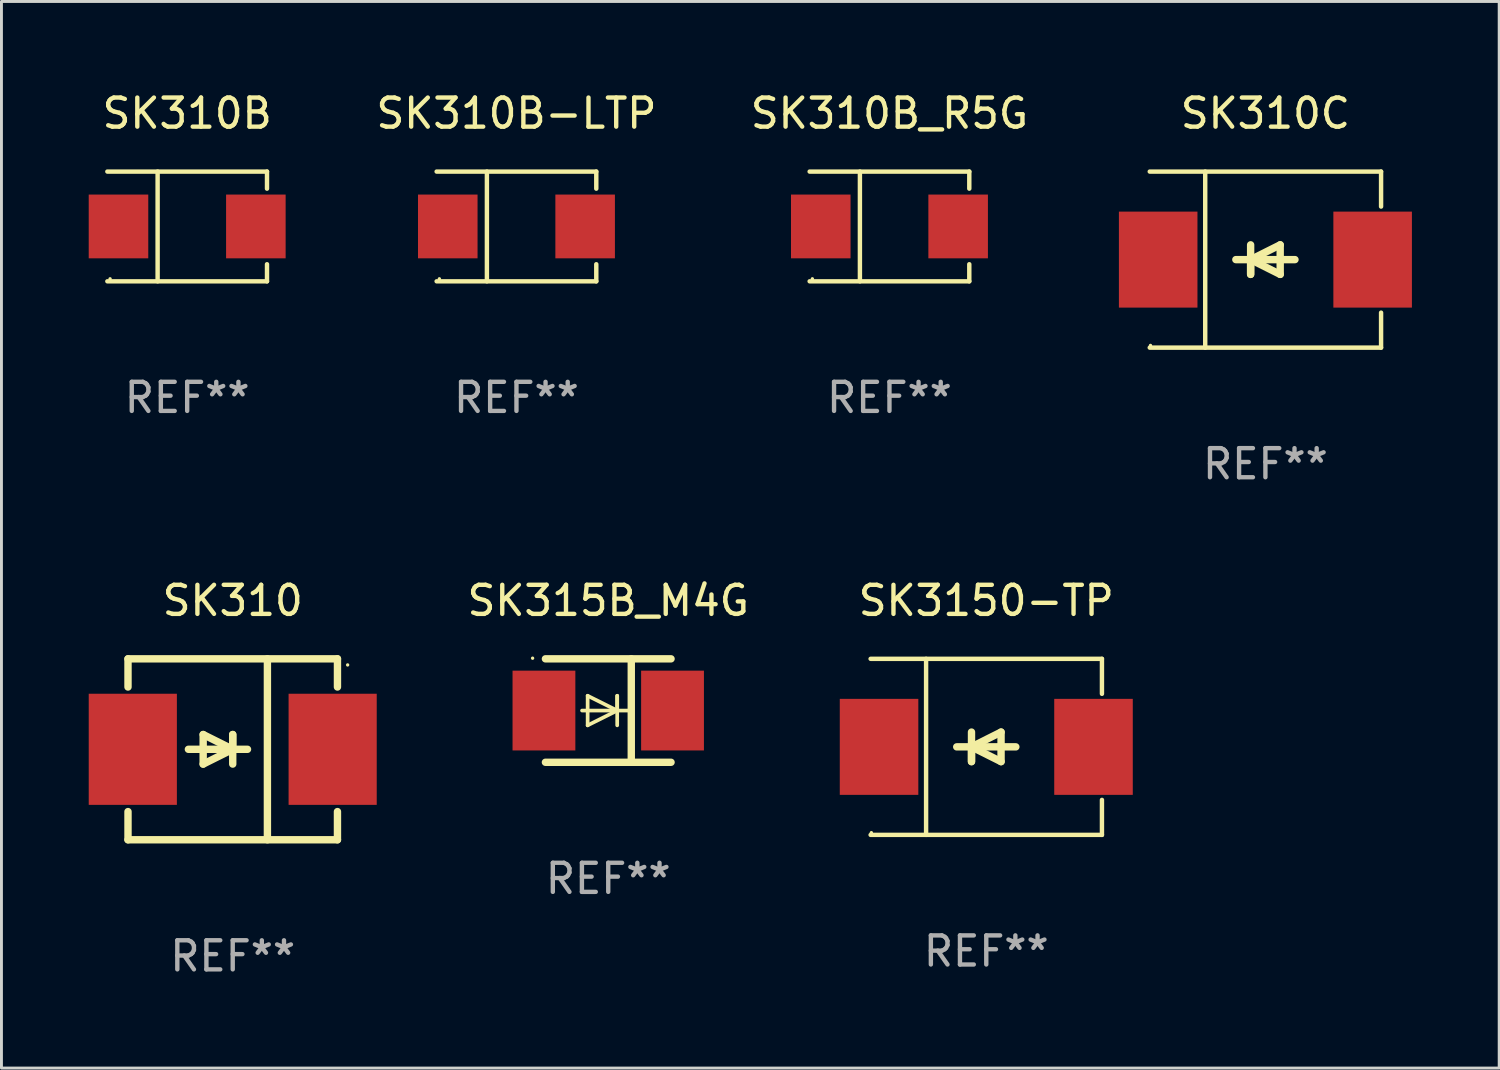
<source format=kicad_pcb>
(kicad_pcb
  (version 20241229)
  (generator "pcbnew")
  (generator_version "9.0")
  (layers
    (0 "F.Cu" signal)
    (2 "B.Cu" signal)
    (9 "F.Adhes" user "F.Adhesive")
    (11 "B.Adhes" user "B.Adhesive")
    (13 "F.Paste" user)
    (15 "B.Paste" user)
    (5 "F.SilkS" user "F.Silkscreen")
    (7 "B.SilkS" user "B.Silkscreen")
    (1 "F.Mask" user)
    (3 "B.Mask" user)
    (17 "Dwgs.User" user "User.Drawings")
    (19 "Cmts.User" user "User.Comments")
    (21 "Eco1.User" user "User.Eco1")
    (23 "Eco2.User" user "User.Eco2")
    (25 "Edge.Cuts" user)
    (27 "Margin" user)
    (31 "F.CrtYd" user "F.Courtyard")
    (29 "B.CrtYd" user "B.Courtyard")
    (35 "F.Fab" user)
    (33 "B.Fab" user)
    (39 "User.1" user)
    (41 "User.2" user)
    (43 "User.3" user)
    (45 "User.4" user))
  (footprint "SK3150-TP"
    (layer "F.Cu")
    (at 30.853 22.623)
    (property "Reference" "SK3150-TP" (at 0 -5.026 0) (layer "F.SilkS") (effects (font (size 1 1) (thickness 0.15))))
    (attr through_hole)
    (fp_line (start -3.976 -3.026) (end 3.976 -3.026) (stroke (width 0.152) (type solid)) (layer "F.SilkS"))
    (fp_line (start -3.976 3.026) (end 3.976 3.026) (stroke (width 0.152) (type solid)) (layer "F.SilkS"))
    (fp_line (start -2.069 -3.026) (end -2.069 3.026) (stroke (width 0.152) (type solid)) (layer "F.SilkS"))
    (fp_line (start -0.508 0) (end -0.508 0.508) (stroke (width 0.254) (type solid)) (layer "F.SilkS"))
    (fp_line (start -0.508 0) (end 0.508 0.508) (stroke (width 0.254) (type solid)) (layer "F.SilkS"))
    (fp_line (start -0.508 0.508) (end -0.508 -0.508) (stroke (width 0.254) (type solid)) (layer "F.SilkS"))
    (fp_line (start 0.508 -0.508) (end -0.508 0) (stroke (width 0.254) (type solid)) (layer "F.SilkS"))
    (fp_line (start 0.508 0.508) (end 0.508 -0.508) (stroke (width 0.254) (type solid)) (layer "F.SilkS"))
    (fp_line (start 1.016 0) (end -1.016 0) (stroke (width 0.254) (type solid)) (layer "F.SilkS"))
    (fp_line (start 3.976 -3.026) (end 3.976 -1.823) (stroke (width 0.152) (type solid)) (layer "F.SilkS"))
    (fp_line (start 3.976 3.026) (end 3.976 1.823) (stroke (width 0.152) (type solid)) (layer "F.SilkS"))
    (fp_circle (center -3.95 2.95) (end -3.92 2.95) (stroke (width 0.06) (type solid)) (fill no) (layer "F.SilkS"))
    (fp_text user "REF**" (at 0 7.026 0) (layer "F.Fab") (effects (font (size 1 1) (thickness 0.15))))
    (pad "1" smd rect (at -3.686 0) (size 2.7 3.3) (layers "F.Cu" "F.Mask" "F.Paste"))
    (pad "2" smd rect (at 3.686 0) (size 2.7 3.3) (layers "F.Cu" "F.Mask" "F.Paste")))
  (footprint "SK310B_R5G"
    (layer "F.Cu")
    (at 27.525 4.734)
    (property "Reference" "SK310B_R5G" (at 0 -3.886 0) (layer "F.SilkS") (effects (font (size 1 1) (thickness 0.15))))
    (attr through_hole)
    (fp_line (start -2.744 -1.886) (end 2.744 -1.886) (stroke (width 0.152) (type solid)) (layer "F.SilkS"))
    (fp_line (start -2.744 1.886) (end 2.744 1.886) (stroke (width 0.152) (type solid)) (layer "F.SilkS"))
    (fp_line (start -1.016 -1.886) (end -1.016 1.886) (stroke (width 0.152) (type solid)) (layer "F.SilkS"))
    (fp_line (start 2.744 -1.886) (end 2.744 -1.299) (stroke (width 0.152) (type solid)) (layer "F.SilkS"))
    (fp_line (start 2.744 1.886) (end 2.744 1.299) (stroke (width 0.152) (type solid)) (layer "F.SilkS"))
    (fp_circle (center -2.65 1.8) (end -2.62 1.8) (stroke (width 0.06) (type solid)) (fill no) (layer "F.SilkS"))
    (fp_text user "REF**" (at 0 5.886 0) (layer "F.Fab") (effects (font (size 1 1) (thickness 0.15))))
    (pad "1" smd rect (at -2.361 0) (size 2.047 2.192) (layers "F.Cu" "F.Mask" "F.Paste"))
    (pad "2" smd rect (at 2.361 0) (size 2.047 2.192) (layers "F.Cu" "F.Mask" "F.Paste")))
  (footprint "SK310B-LTP"
    (layer "F.Cu")
    (at 14.703 4.734)
    (property "Reference" "SK310B-LTP" (at 0 -3.886 0) (layer "F.SilkS") (effects (font (size 1 1) (thickness 0.15))))
    (attr through_hole)
    (fp_line (start -2.744 -1.886) (end 2.744 -1.886) (stroke (width 0.152) (type solid)) (layer "F.SilkS"))
    (fp_line (start -2.744 1.886) (end 2.744 1.886) (stroke (width 0.152) (type solid)) (layer "F.SilkS"))
    (fp_line (start -1.016 -1.886) (end -1.016 1.886) (stroke (width 0.152) (type solid)) (layer "F.SilkS"))
    (fp_line (start 2.744 -1.886) (end 2.744 -1.299) (stroke (width 0.152) (type solid)) (layer "F.SilkS"))
    (fp_line (start 2.744 1.886) (end 2.744 1.299) (stroke (width 0.152) (type solid)) (layer "F.SilkS"))
    (fp_circle (center -2.65 1.8) (end -2.62 1.8) (stroke (width 0.06) (type solid)) (fill no) (layer "F.SilkS"))
    (fp_text user "REF**" (at 0 5.886 0) (layer "F.Fab") (effects (font (size 1 1) (thickness 0.15))))
    (pad "1" smd rect (at -2.361 0) (size 2.047 2.192) (layers "F.Cu" "F.Mask" "F.Paste"))
    (pad "2" smd rect (at 2.361 0) (size 2.047 2.192) (layers "F.Cu" "F.Mask" "F.Paste")))
  (footprint "SK310"
    (layer "F.Cu")
    (at 4.95 22.707)
    (property "Reference" "SK310" (at 0 -5.11 0) (layer "F.SilkS") (effects (font (size 1 1) (thickness 0.15))))
    (attr through_hole)
    (fp_line (start -3.6 -2.141) (end -3.6 -3.11) (stroke (width 0.254) (type solid)) (layer "F.SilkS"))
    (fp_line (start -3.6 3.11) (end -3.6 2.141) (stroke (width 0.254) (type solid)) (layer "F.SilkS"))
    (fp_line (start -1.524 0) (end 0.508 0) (stroke (width 0.254) (type solid)) (layer "F.SilkS"))
    (fp_line (start -1.016 -0.508) (end -1.016 0.508) (stroke (width 0.254) (type solid)) (layer "F.SilkS"))
    (fp_line (start -1.016 0.508) (end 0 0) (stroke (width 0.254) (type solid)) (layer "F.SilkS"))
    (fp_line (start 0 -0.508) (end 0 0.508) (stroke (width 0.254) (type solid)) (layer "F.SilkS"))
    (fp_line (start 0 0) (end -1.016 -0.508) (stroke (width 0.254) (type solid)) (layer "F.SilkS"))
    (fp_line (start 0 0) (end 0 -0.508) (stroke (width 0.254) (type solid)) (layer "F.SilkS"))
    (fp_line (start 1.192 3.11) (end 1.192 -3.11) (stroke (width 0.254) (type solid)) (layer "F.SilkS"))
    (fp_line (start 3.6 -3.11) (end -3.6 -3.11) (stroke (width 0.254) (type solid)) (layer "F.SilkS"))
    (fp_line (start 3.6 -2.141) (end 3.6 -3.11) (stroke (width 0.254) (type solid)) (layer "F.SilkS"))
    (fp_line (start 3.6 3.11) (end -3.6 3.11) (stroke (width 0.254) (type solid)) (layer "F.SilkS"))
    (fp_line (start 3.6 3.11) (end 3.6 2.141) (stroke (width 0.254) (type solid)) (layer "F.SilkS"))
    (fp_circle (center 3.95 -2.9) (end 3.98 -2.9) (stroke (width 0.06) (type solid)) (fill no) (layer "F.SilkS"))
    (fp_text user "REF**" (at 0 7.11 0) (layer "F.Fab") (effects (font (size 1 1) (thickness 0.15))))
    (pad "1" smd rect (at 3.435 0.000127) (size 3.03 3.82) (layers "F.Cu" "F.Mask" "F.Paste"))
    (pad "2" smd rect (at -3.435 0.000127) (size 3.03 3.82) (layers "F.Cu" "F.Mask" "F.Paste")))
  (footprint "SK310B"
    (layer "F.Cu")
    (at 3.384 4.734)
    (property "Reference" "SK310B" (at 0 -3.886 0) (layer "F.SilkS") (effects (font (size 1 1) (thickness 0.15))))
    (attr through_hole)
    (fp_line (start -2.744 -1.886) (end 2.744 -1.886) (stroke (width 0.152) (type solid)) (layer "F.SilkS"))
    (fp_line (start -2.744 1.886) (end 2.744 1.886) (stroke (width 0.152) (type solid)) (layer "F.SilkS"))
    (fp_line (start -1.016 -1.886) (end -1.016 1.886) (stroke (width 0.152) (type solid)) (layer "F.SilkS"))
    (fp_line (start 2.744 -1.886) (end 2.744 -1.299) (stroke (width 0.152) (type solid)) (layer "F.SilkS"))
    (fp_line (start 2.744 1.886) (end 2.744 1.299) (stroke (width 0.152) (type solid)) (layer "F.SilkS"))
    (fp_circle (center -2.65 1.8) (end -2.62 1.8) (stroke (width 0.06) (type solid)) (fill no) (layer "F.SilkS"))
    (fp_text user "REF**" (at 0 5.886 0) (layer "F.Fab") (effects (font (size 1 1) (thickness 0.15))))
    (pad "1" smd rect (at -2.361 0) (size 2.047 2.192) (layers "F.Cu" "F.Mask" "F.Paste"))
    (pad "2" smd rect (at 2.361 0) (size 2.047 2.192) (layers "F.Cu" "F.Mask" "F.Paste")))
  (footprint "SK310C"
    (layer "F.Cu")
    (at 40.448 5.874)
    (property "Reference" "SK310C" (at 0 -5.026 0) (layer "F.SilkS") (effects (font (size 1 1) (thickness 0.15))))
    (attr through_hole)
    (fp_line (start -3.976 -3.026) (end 3.976 -3.026) (stroke (width 0.152) (type solid)) (layer "F.SilkS"))
    (fp_line (start -3.976 3.026) (end 3.976 3.026) (stroke (width 0.152) (type solid)) (layer "F.SilkS"))
    (fp_line (start -2.069 -3.026) (end -2.069 3.026) (stroke (width 0.152) (type solid)) (layer "F.SilkS"))
    (fp_line (start -0.508 0) (end -0.508 0.508) (stroke (width 0.254) (type solid)) (layer "F.SilkS"))
    (fp_line (start -0.508 0) (end 0.508 0.508) (stroke (width 0.254) (type solid)) (layer "F.SilkS"))
    (fp_line (start -0.508 0.508) (end -0.508 -0.508) (stroke (width 0.254) (type solid)) (layer "F.SilkS"))
    (fp_line (start 0.508 -0.508) (end -0.508 0) (stroke (width 0.254) (type solid)) (layer "F.SilkS"))
    (fp_line (start 0.508 0.508) (end 0.508 -0.508) (stroke (width 0.254) (type solid)) (layer "F.SilkS"))
    (fp_line (start 1.016 0) (end -1.016 0) (stroke (width 0.254) (type solid)) (layer "F.SilkS"))
    (fp_line (start 3.976 -3.026) (end 3.976 -1.823) (stroke (width 0.152) (type solid)) (layer "F.SilkS"))
    (fp_line (start 3.976 3.026) (end 3.976 1.823) (stroke (width 0.152) (type solid)) (layer "F.SilkS"))
    (fp_circle (center -3.95 2.95) (end -3.92 2.95) (stroke (width 0.06) (type solid)) (fill no) (layer "F.SilkS"))
    (fp_text user "REF**" (at 0 7.026 0) (layer "F.Fab") (effects (font (size 1 1) (thickness 0.15))))
    (pad "1" smd rect (at -3.686 0) (size 2.7 3.3) (layers "F.Cu" "F.Mask" "F.Paste"))
    (pad "2" smd rect (at 3.686 0) (size 2.7 3.3) (layers "F.Cu" "F.Mask" "F.Paste")))
  (footprint "SK315B_M4G"
    (layer "F.Cu")
    (at 17.858 21.375)
    (property "Reference" "SK315B_M4G" (at 0 -3.778 0) (layer "F.SilkS") (effects (font (size 1 1) (thickness 0.15))))
    (attr through_hole)
    (fp_line (start -2.159 -1.778) (end 2.159 -1.778) (stroke (width 0.254) (type solid)) (layer "F.SilkS"))
    (fp_line (start -0.9 0) (end 0.816 0) (stroke (width 0.127) (type solid)) (layer "F.SilkS"))
    (fp_line (start -0.708 -0.508) (end -0.708 0.508) (stroke (width 0.127) (type solid)) (layer "F.SilkS"))
    (fp_line (start -0.708 0.508) (end 0.308 0) (stroke (width 0.127) (type solid)) (layer "F.SilkS"))
    (fp_line (start 0.308 -0.508) (end 0.308 0.508) (stroke (width 0.127) (type solid)) (layer "F.SilkS"))
    (fp_line (start 0.308 0) (end -0.708 -0.508) (stroke (width 0.127) (type solid)) (layer "F.SilkS"))
    (fp_line (start 0.308 0) (end 0.308 -0.508) (stroke (width 0.127) (type solid)) (layer "F.SilkS"))
    (fp_line (start 0.792 -1.778) (end 0.792 1.778) (stroke (width 0.254) (type solid)) (layer "F.SilkS"))
    (fp_line (start 2.159 1.778) (end -2.159 1.778) (stroke (width 0.254) (type solid)) (layer "F.SilkS"))
    (fp_circle (center -2.6 -1.8) (end -2.57 -1.8) (stroke (width 0.06) (type solid)) (fill no) (layer "F.SilkS"))
    (fp_text user "REF**" (at 0 5.778 0) (layer "F.Fab") (effects (font (size 1 1) (thickness 0.15))))
    (pad "1" smd rect (at -2.21 0) (size 2.159 2.743) (layers "F.Cu" "F.Mask" "F.Paste"))
    (pad "2" smd rect (at 2.21 0) (size 2.159 2.743) (layers "F.Cu" "F.Mask" "F.Paste")))
  (gr_rect
    (start -3 -3)
    (end 48.484 33.665)
    (stroke (width 0.1) (type default))
    (fill no)
    (layer "Edge.Cuts")))
</source>
